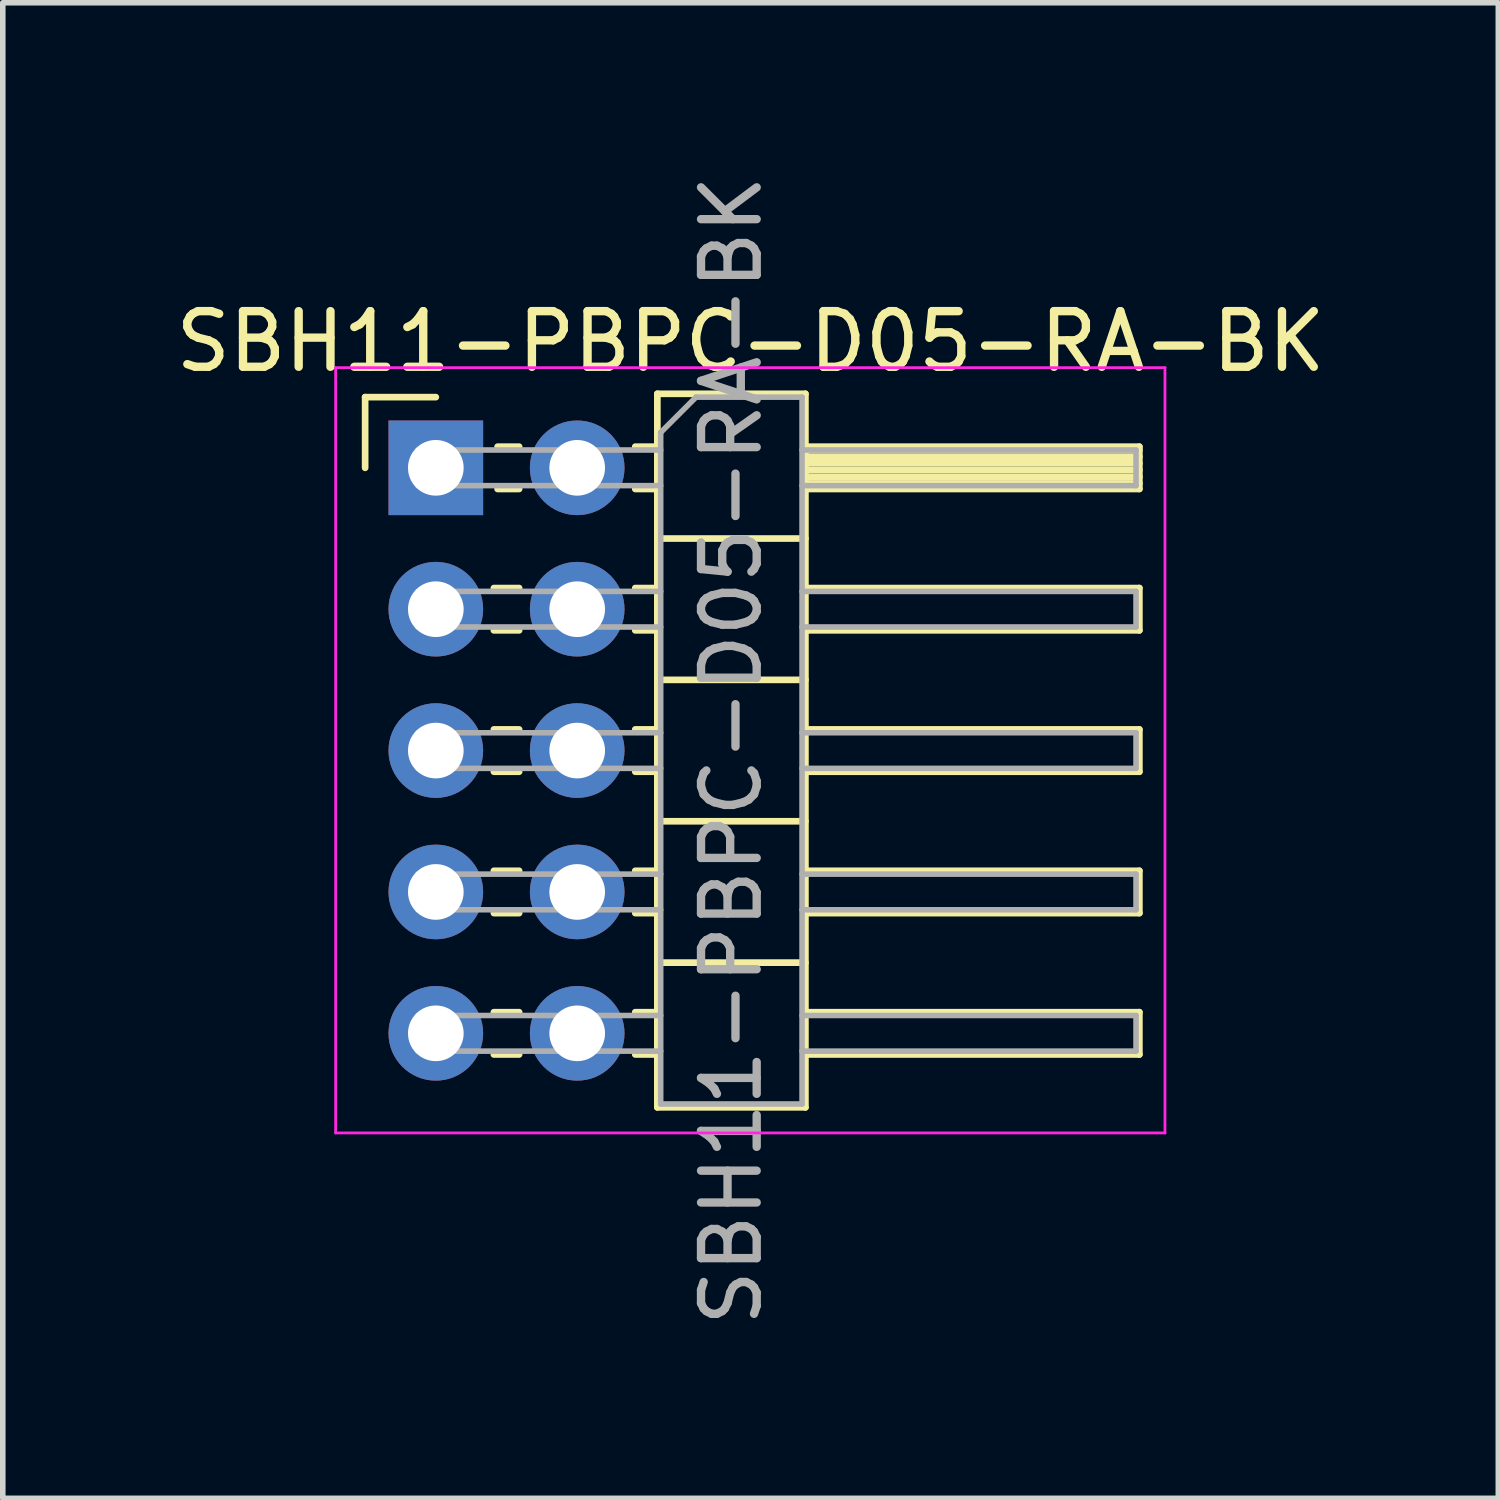
<source format=kicad_pcb>
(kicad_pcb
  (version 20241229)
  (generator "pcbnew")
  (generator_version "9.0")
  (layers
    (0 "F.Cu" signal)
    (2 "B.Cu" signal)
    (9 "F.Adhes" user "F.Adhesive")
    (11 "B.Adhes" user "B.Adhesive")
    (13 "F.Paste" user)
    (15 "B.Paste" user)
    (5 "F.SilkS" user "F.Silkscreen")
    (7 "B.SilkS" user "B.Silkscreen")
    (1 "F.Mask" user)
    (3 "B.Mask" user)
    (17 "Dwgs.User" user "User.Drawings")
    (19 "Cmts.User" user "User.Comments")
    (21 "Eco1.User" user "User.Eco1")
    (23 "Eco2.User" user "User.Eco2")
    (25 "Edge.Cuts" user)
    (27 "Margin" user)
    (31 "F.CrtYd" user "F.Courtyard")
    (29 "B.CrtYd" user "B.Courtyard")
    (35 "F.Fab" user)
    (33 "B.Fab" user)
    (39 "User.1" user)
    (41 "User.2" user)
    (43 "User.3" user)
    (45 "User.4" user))
  (footprint "SBH11-PBPC-D05-RA-BK"
    (layer "F.Cu")
    (at 4.78 5.355)
    (property "Reference" "SBH11-PBPC-D05-RA-BK" (at 5.655 -2.27 0) (layer "F.SilkS") (effects (font (size 1 1) (thickness 0.15))))
    (attr through_hole)
    (fp_line (start -1.27 -1.27) (end 0 -1.27) (stroke (width 0.12) (type solid)) (layer "F.SilkS"))
    (fp_line (start -1.27 0) (end -1.27 -1.27) (stroke (width 0.12) (type solid)) (layer "F.SilkS"))
    (fp_line (start 1.043 2.16) (end 1.497 2.16) (stroke (width 0.12) (type solid)) (layer "F.SilkS"))
    (fp_line (start 1.043 2.92) (end 1.497 2.92) (stroke (width 0.12) (type solid)) (layer "F.SilkS"))
    (fp_line (start 1.043 4.7) (end 1.497 4.7) (stroke (width 0.12) (type solid)) (layer "F.SilkS"))
    (fp_line (start 1.043 5.46) (end 1.497 5.46) (stroke (width 0.12) (type solid)) (layer "F.SilkS"))
    (fp_line (start 1.043 7.24) (end 1.497 7.24) (stroke (width 0.12) (type solid)) (layer "F.SilkS"))
    (fp_line (start 1.043 8) (end 1.497 8) (stroke (width 0.12) (type solid)) (layer "F.SilkS"))
    (fp_line (start 1.043 9.78) (end 1.497 9.78) (stroke (width 0.12) (type solid)) (layer "F.SilkS"))
    (fp_line (start 1.043 10.54) (end 1.497 10.54) (stroke (width 0.12) (type solid)) (layer "F.SilkS"))
    (fp_line (start 1.11 -0.38) (end 1.497 -0.38) (stroke (width 0.12) (type solid)) (layer "F.SilkS"))
    (fp_line (start 1.11 0.38) (end 1.497 0.38) (stroke (width 0.12) (type solid)) (layer "F.SilkS"))
    (fp_line (start 3.583 -0.38) (end 3.98 -0.38) (stroke (width 0.12) (type solid)) (layer "F.SilkS"))
    (fp_line (start 3.583 0.38) (end 3.98 0.38) (stroke (width 0.12) (type solid)) (layer "F.SilkS"))
    (fp_line (start 3.583 2.16) (end 3.98 2.16) (stroke (width 0.12) (type solid)) (layer "F.SilkS"))
    (fp_line (start 3.583 2.92) (end 3.98 2.92) (stroke (width 0.12) (type solid)) (layer "F.SilkS"))
    (fp_line (start 3.583 4.7) (end 3.98 4.7) (stroke (width 0.12) (type solid)) (layer "F.SilkS"))
    (fp_line (start 3.583 5.46) (end 3.98 5.46) (stroke (width 0.12) (type solid)) (layer "F.SilkS"))
    (fp_line (start 3.583 7.24) (end 3.98 7.24) (stroke (width 0.12) (type solid)) (layer "F.SilkS"))
    (fp_line (start 3.583 8) (end 3.98 8) (stroke (width 0.12) (type solid)) (layer "F.SilkS"))
    (fp_line (start 3.583 9.78) (end 3.98 9.78) (stroke (width 0.12) (type solid)) (layer "F.SilkS"))
    (fp_line (start 3.583 10.54) (end 3.98 10.54) (stroke (width 0.12) (type solid)) (layer "F.SilkS"))
    (fp_line (start 3.98 -1.33) (end 3.98 11.49) (stroke (width 0.12) (type solid)) (layer "F.SilkS"))
    (fp_line (start 3.98 1.27) (end 6.64 1.27) (stroke (width 0.12) (type solid)) (layer "F.SilkS"))
    (fp_line (start 3.98 3.81) (end 6.64 3.81) (stroke (width 0.12) (type solid)) (layer "F.SilkS"))
    (fp_line (start 3.98 6.35) (end 6.64 6.35) (stroke (width 0.12) (type solid)) (layer "F.SilkS"))
    (fp_line (start 3.98 8.89) (end 6.64 8.89) (stroke (width 0.12) (type solid)) (layer "F.SilkS"))
    (fp_line (start 3.98 11.49) (end 6.64 11.49) (stroke (width 0.12) (type solid)) (layer "F.SilkS"))
    (fp_line (start 6.64 -1.33) (end 3.98 -1.33) (stroke (width 0.12) (type solid)) (layer "F.SilkS"))
    (fp_line (start 6.64 -0.38) (end 12.64 -0.38) (stroke (width 0.12) (type solid)) (layer "F.SilkS"))
    (fp_line (start 6.64 -0.32) (end 12.64 -0.32) (stroke (width 0.12) (type solid)) (layer "F.SilkS"))
    (fp_line (start 6.64 -0.2) (end 12.64 -0.2) (stroke (width 0.12) (type solid)) (layer "F.SilkS"))
    (fp_line (start 6.64 -0.08) (end 12.64 -0.08) (stroke (width 0.12) (type solid)) (layer "F.SilkS"))
    (fp_line (start 6.64 0.04) (end 12.64 0.04) (stroke (width 0.12) (type solid)) (layer "F.SilkS"))
    (fp_line (start 6.64 0.16) (end 12.64 0.16) (stroke (width 0.12) (type solid)) (layer "F.SilkS"))
    (fp_line (start 6.64 0.28) (end 12.64 0.28) (stroke (width 0.12) (type solid)) (layer "F.SilkS"))
    (fp_line (start 6.64 2.16) (end 12.64 2.16) (stroke (width 0.12) (type solid)) (layer "F.SilkS"))
    (fp_line (start 6.64 4.7) (end 12.64 4.7) (stroke (width 0.12) (type solid)) (layer "F.SilkS"))
    (fp_line (start 6.64 7.24) (end 12.64 7.24) (stroke (width 0.12) (type solid)) (layer "F.SilkS"))
    (fp_line (start 6.64 9.78) (end 12.64 9.78) (stroke (width 0.12) (type solid)) (layer "F.SilkS"))
    (fp_line (start 6.64 11.49) (end 6.64 -1.33) (stroke (width 0.12) (type solid)) (layer "F.SilkS"))
    (fp_line (start 12.64 -0.38) (end 12.64 0.38) (stroke (width 0.12) (type solid)) (layer "F.SilkS"))
    (fp_line (start 12.64 0.38) (end 6.64 0.38) (stroke (width 0.12) (type solid)) (layer "F.SilkS"))
    (fp_line (start 12.64 2.16) (end 12.64 2.92) (stroke (width 0.12) (type solid)) (layer "F.SilkS"))
    (fp_line (start 12.64 2.92) (end 6.64 2.92) (stroke (width 0.12) (type solid)) (layer "F.SilkS"))
    (fp_line (start 12.64 4.7) (end 12.64 5.46) (stroke (width 0.12) (type solid)) (layer "F.SilkS"))
    (fp_line (start 12.64 5.46) (end 6.64 5.46) (stroke (width 0.12) (type solid)) (layer "F.SilkS"))
    (fp_line (start 12.64 7.24) (end 12.64 8) (stroke (width 0.12) (type solid)) (layer "F.SilkS"))
    (fp_line (start 12.64 8) (end 6.64 8) (stroke (width 0.12) (type solid)) (layer "F.SilkS"))
    (fp_line (start 12.64 9.78) (end 12.64 10.54) (stroke (width 0.12) (type solid)) (layer "F.SilkS"))
    (fp_line (start 12.64 10.54) (end 6.64 10.54) (stroke (width 0.12) (type solid)) (layer "F.SilkS"))
    (fp_line (start -1.8 -1.8) (end -1.8 11.95) (stroke (width 0.05) (type solid)) (layer "F.CrtYd"))
    (fp_line (start -1.8 11.95) (end 13.1 11.95) (stroke (width 0.05) (type solid)) (layer "F.CrtYd"))
    (fp_line (start 13.1 -1.8) (end -1.8 -1.8) (stroke (width 0.05) (type solid)) (layer "F.CrtYd"))
    (fp_line (start 13.1 11.95) (end 13.1 -1.8) (stroke (width 0.05) (type solid)) (layer "F.CrtYd"))
    (fp_line (start -0.32 -0.32) (end -0.32 0.32) (stroke (width 0.1) (type solid)) (layer "F.Fab"))
    (fp_line (start -0.32 -0.32) (end 4.04 -0.32) (stroke (width 0.1) (type solid)) (layer "F.Fab"))
    (fp_line (start -0.32 0.32) (end 4.04 0.32) (stroke (width 0.1) (type solid)) (layer "F.Fab"))
    (fp_line (start -0.32 2.22) (end -0.32 2.86) (stroke (width 0.1) (type solid)) (layer "F.Fab"))
    (fp_line (start -0.32 2.22) (end 4.04 2.22) (stroke (width 0.1) (type solid)) (layer "F.Fab"))
    (fp_line (start -0.32 2.86) (end 4.04 2.86) (stroke (width 0.1) (type solid)) (layer "F.Fab"))
    (fp_line (start -0.32 4.76) (end -0.32 5.4) (stroke (width 0.1) (type solid)) (layer "F.Fab"))
    (fp_line (start -0.32 4.76) (end 4.04 4.76) (stroke (width 0.1) (type solid)) (layer "F.Fab"))
    (fp_line (start -0.32 5.4) (end 4.04 5.4) (stroke (width 0.1) (type solid)) (layer "F.Fab"))
    (fp_line (start -0.32 7.3) (end -0.32 7.94) (stroke (width 0.1) (type solid)) (layer "F.Fab"))
    (fp_line (start -0.32 7.3) (end 4.04 7.3) (stroke (width 0.1) (type solid)) (layer "F.Fab"))
    (fp_line (start -0.32 7.94) (end 4.04 7.94) (stroke (width 0.1) (type solid)) (layer "F.Fab"))
    (fp_line (start -0.32 9.84) (end -0.32 10.48) (stroke (width 0.1) (type solid)) (layer "F.Fab"))
    (fp_line (start -0.32 9.84) (end 4.04 9.84) (stroke (width 0.1) (type solid)) (layer "F.Fab"))
    (fp_line (start -0.32 10.48) (end 4.04 10.48) (stroke (width 0.1) (type solid)) (layer "F.Fab"))
    (fp_line (start 4.04 -0.635) (end 4.675 -1.27) (stroke (width 0.1) (type solid)) (layer "F.Fab"))
    (fp_line (start 4.04 11.43) (end 4.04 -0.635) (stroke (width 0.1) (type solid)) (layer "F.Fab"))
    (fp_line (start 4.675 -1.27) (end 6.58 -1.27) (stroke (width 0.1) (type solid)) (layer "F.Fab"))
    (fp_line (start 6.58 -1.27) (end 6.58 11.43) (stroke (width 0.1) (type solid)) (layer "F.Fab"))
    (fp_line (start 6.58 -0.32) (end 12.58 -0.32) (stroke (width 0.1) (type solid)) (layer "F.Fab"))
    (fp_line (start 6.58 0.32) (end 12.58 0.32) (stroke (width 0.1) (type solid)) (layer "F.Fab"))
    (fp_line (start 6.58 2.22) (end 12.58 2.22) (stroke (width 0.1) (type solid)) (layer "F.Fab"))
    (fp_line (start 6.58 2.86) (end 12.58 2.86) (stroke (width 0.1) (type solid)) (layer "F.Fab"))
    (fp_line (start 6.58 4.76) (end 12.58 4.76) (stroke (width 0.1) (type solid)) (layer "F.Fab"))
    (fp_line (start 6.58 5.4) (end 12.58 5.4) (stroke (width 0.1) (type solid)) (layer "F.Fab"))
    (fp_line (start 6.58 7.3) (end 12.58 7.3) (stroke (width 0.1) (type solid)) (layer "F.Fab"))
    (fp_line (start 6.58 7.94) (end 12.58 7.94) (stroke (width 0.1) (type solid)) (layer "F.Fab"))
    (fp_line (start 6.58 9.84) (end 12.58 9.84) (stroke (width 0.1) (type solid)) (layer "F.Fab"))
    (fp_line (start 6.58 10.48) (end 12.58 10.48) (stroke (width 0.1) (type solid)) (layer "F.Fab"))
    (fp_line (start 6.58 11.43) (end 4.04 11.43) (stroke (width 0.1) (type solid)) (layer "F.Fab"))
    (fp_line (start 12.58 -0.32) (end 12.58 0.32) (stroke (width 0.1) (type solid)) (layer "F.Fab"))
    (fp_line (start 12.58 2.22) (end 12.58 2.86) (stroke (width 0.1) (type solid)) (layer "F.Fab"))
    (fp_line (start 12.58 4.76) (end 12.58 5.4) (stroke (width 0.1) (type solid)) (layer "F.Fab"))
    (fp_line (start 12.58 7.3) (end 12.58 7.94) (stroke (width 0.1) (type solid)) (layer "F.Fab"))
    (fp_line (start 12.58 9.84) (end 12.58 10.48) (stroke (width 0.1) (type solid)) (layer "F.Fab"))
    (fp_text user "${REFERENCE}" (at 5.31 5.08 90) (layer "F.Fab") (effects (font (size 1 1) (thickness 0.15))))
    (pad "1" thru_hole rect (at 0 0) (size 1.7 1.7) (drill 1) (layers "*.Cu" "*.Mask"))
    (pad "2" thru_hole oval (at 2.54 0) (size 1.7 1.7) (drill 1) (layers "*.Cu" "*.Mask"))
    (pad "3" thru_hole oval (at 0 2.54) (size 1.7 1.7) (drill 1) (layers "*.Cu" "*.Mask"))
    (pad "4" thru_hole oval (at 2.54 2.54) (size 1.7 1.7) (drill 1) (layers "*.Cu" "*.Mask"))
    (pad "5" thru_hole oval (at 0 5.08) (size 1.7 1.7) (drill 1) (layers "*.Cu" "*.Mask"))
    (pad "6" thru_hole oval (at 2.54 5.08) (size 1.7 1.7) (drill 1) (layers "*.Cu" "*.Mask"))
    (pad "7" thru_hole oval (at 0 7.62) (size 1.7 1.7) (drill 1) (layers "*.Cu" "*.Mask"))
    (pad "8" thru_hole oval (at 2.54 7.62) (size 1.7 1.7) (drill 1) (layers "*.Cu" "*.Mask"))
    (pad "9" thru_hole oval (at 0 10.16) (size 1.7 1.7) (drill 1) (layers "*.Cu" "*.Mask"))
    (pad "10" thru_hole oval (at 2.54 10.16) (size 1.7 1.7) (drill 1) (layers "*.Cu" "*.Mask")))
  (gr_rect
    (start -3 -3)
    (end 23.869 23.869)
    (stroke (width 0.1) (type default))
    (fill no)
    (layer "Edge.Cuts")))
</source>
